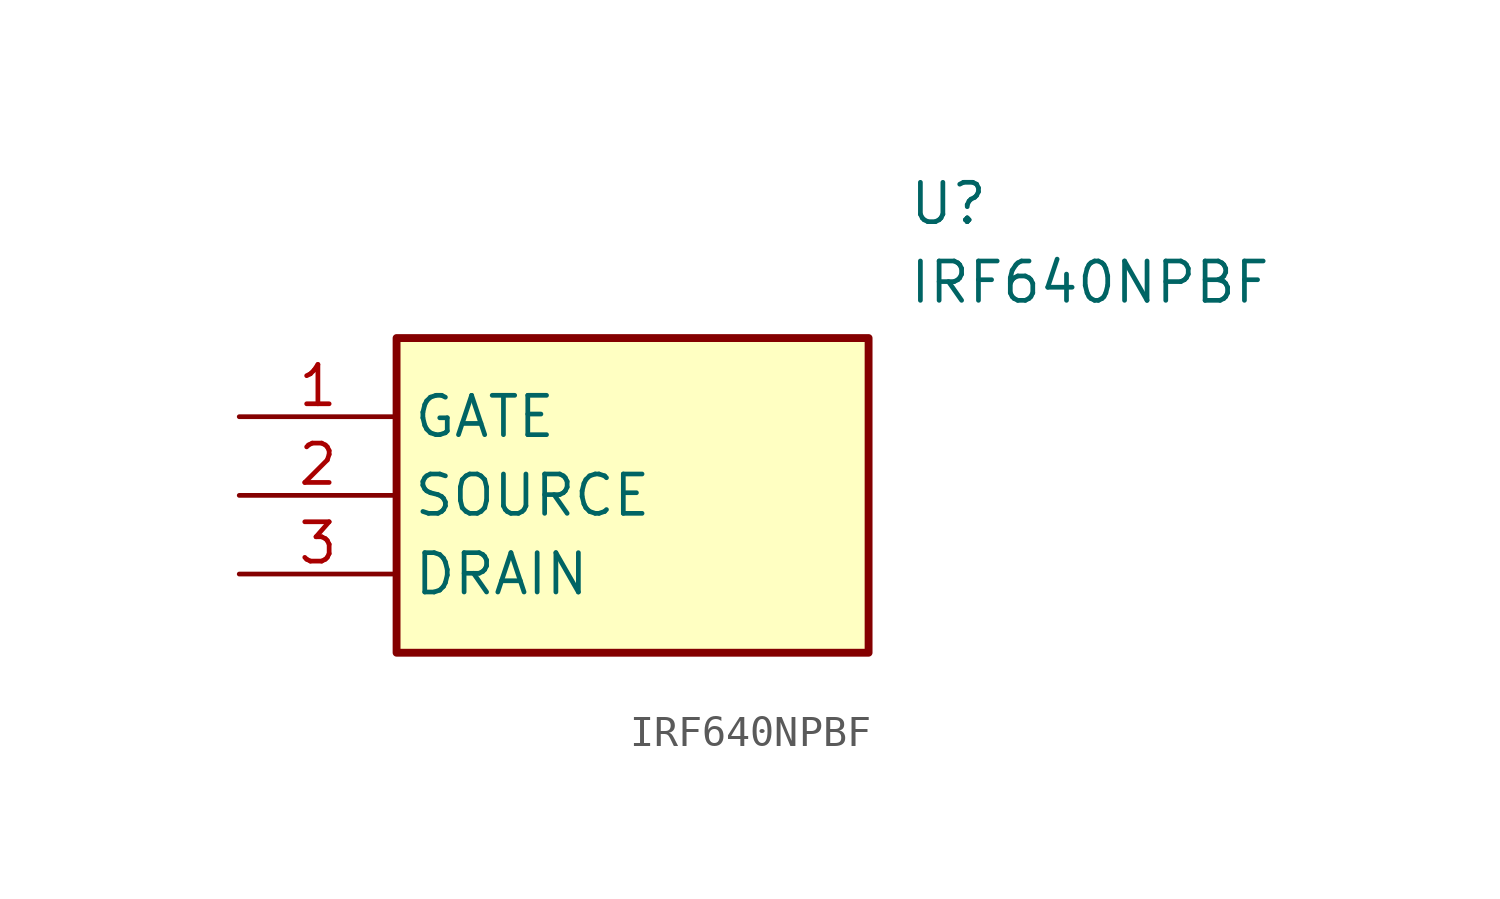
<source format=kicad_sym>
(kicad_symbol_lib
  (version 20211014)
  (generator SamacSys_ECAD_Model)
  (symbol "IRF640NPBF"
    (property "Reference" "U"
      (at 21.59 7.62 0)
      (effects (font (size 1.27 1.27)) (justify left top)))
    (property "Value" "IRF640NPBF"
      (at 21.59 5.08 0)
      (effects (font (size 1.27 1.27)) (justify left top)))
    (rectangle
      (start 5.08 2.54)
      (end 20.32 -7.62)
      (stroke (width 0.254) (type default))
      (fill (type background)))
    (pin passive line
      (at 0 0 0)
      (length 5.08)
      (name "GATE" (effects (font (size 1.27 1.27))))
      (number "1" (effects (font (size 1.27 1.27)))))
    (pin passive line
      (at 0 -2.54 0)
      (length 5.08)
      (name "SOURCE" (effects (font (size 1.27 1.27))))
      (number "2" (effects (font (size 1.27 1.27)))))
    (pin passive line
      (at 0 -5.08 0)
      (length 5.08)
      (name "DRAIN" (effects (font (size 1.27 1.27))))
      (number "3" (effects (font (size 1.27 1.27)))))))
</source>
